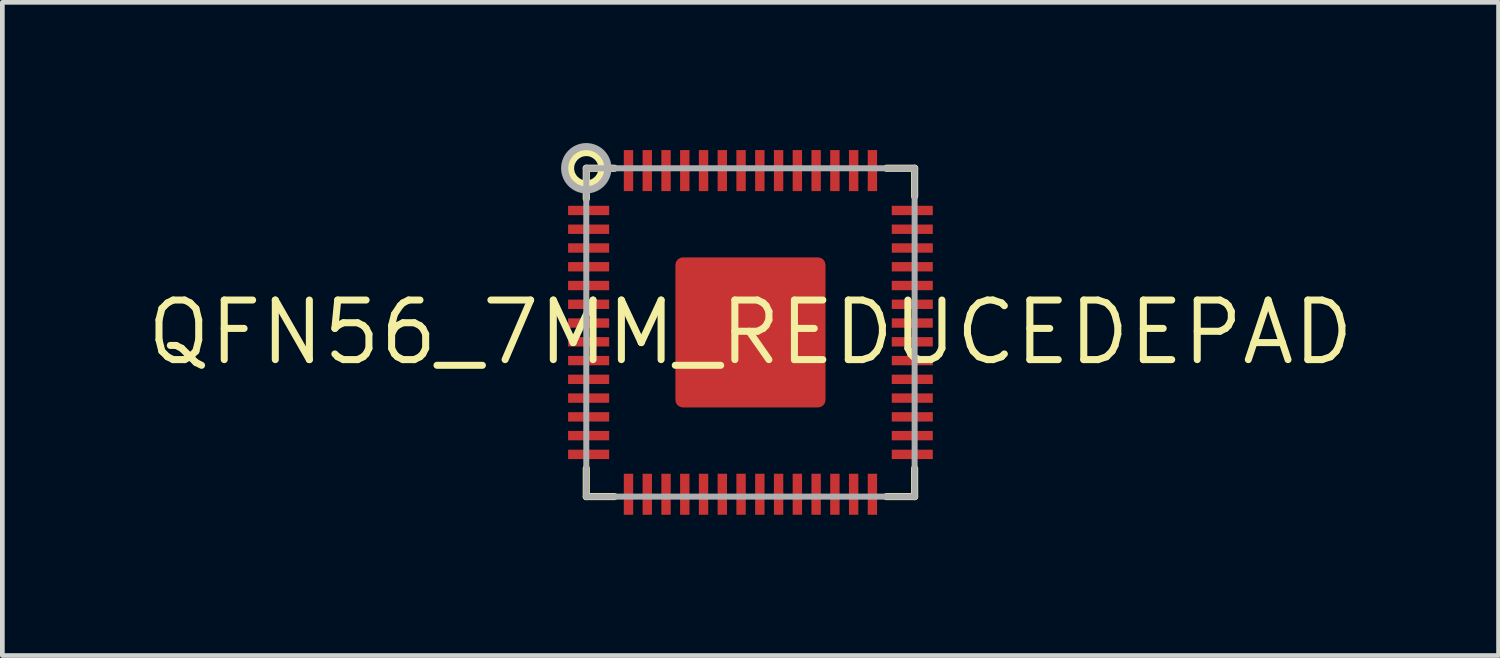
<source format=kicad_pcb>
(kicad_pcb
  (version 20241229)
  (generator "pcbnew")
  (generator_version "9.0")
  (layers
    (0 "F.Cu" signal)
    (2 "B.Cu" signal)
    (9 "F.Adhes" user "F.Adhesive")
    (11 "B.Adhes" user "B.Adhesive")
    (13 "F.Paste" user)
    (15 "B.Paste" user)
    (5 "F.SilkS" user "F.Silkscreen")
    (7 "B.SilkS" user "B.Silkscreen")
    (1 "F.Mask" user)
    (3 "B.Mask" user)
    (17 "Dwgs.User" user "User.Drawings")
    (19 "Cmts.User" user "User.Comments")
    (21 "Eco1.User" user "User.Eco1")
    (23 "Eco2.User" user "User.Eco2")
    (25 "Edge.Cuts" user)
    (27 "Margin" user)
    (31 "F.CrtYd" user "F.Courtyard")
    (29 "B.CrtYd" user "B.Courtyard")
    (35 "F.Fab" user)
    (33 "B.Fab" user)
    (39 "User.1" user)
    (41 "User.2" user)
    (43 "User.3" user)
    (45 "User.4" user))
  (footprint "QFN56_7MM_REDUCEDEPAD"
    (layer "F.Cu")
    (at 12.949 4.037)
    (property "Reference" "QFN56_7MM_REDUCEDEPAD" (at 0 0 0) (layer "F.SilkS") (effects (font (size 1.27 1.27) (thickness 0.15))))
    (fp_line (start -3.5 -3.5) (end -2.9 -3.5) (stroke (width 0.152) (type solid)) (layer "F.SilkS"))
    (fp_line (start -3.5 -2.85) (end -3.5 -3.5) (stroke (width 0.152) (type solid)) (layer "F.SilkS"))
    (fp_line (start -3.5 2.9) (end -3.5 3.5) (stroke (width 0.152) (type solid)) (layer "F.SilkS"))
    (fp_line (start -3.5 3.5) (end -2.9 3.5) (stroke (width 0.152) (type solid)) (layer "F.SilkS"))
    (fp_line (start 2.9 -3.5) (end 3.5 -3.5) (stroke (width 0.152) (type solid)) (layer "F.SilkS"))
    (fp_line (start 2.9 3.5) (end 3.5 3.5) (stroke (width 0.152) (type solid)) (layer "F.SilkS"))
    (fp_line (start 3.5 -3.5) (end 3.5 -2.9) (stroke (width 0.152) (type solid)) (layer "F.SilkS"))
    (fp_line (start 3.5 3.5) (end 3.5 2.9) (stroke (width 0.152) (type solid)) (layer "F.SilkS"))
    (fp_circle (center -3.5 -3.5) (end -3.165 -3.5) (stroke (width 0.152) (type solid)) (fill no) (layer "F.SilkS"))
    (fp_line (start -3.5 -3.5) (end 3.5 -3.5) (stroke (width 0.127) (type solid)) (layer "F.Fab"))
    (fp_line (start -3.5 3.5) (end -3.5 -3.5) (stroke (width 0.127) (type solid)) (layer "F.Fab"))
    (fp_line (start 3.5 -3.5) (end 3.5 3.5) (stroke (width 0.127) (type solid)) (layer "F.Fab"))
    (fp_line (start 3.5 3.5) (end -3.5 3.5) (stroke (width 0.127) (type solid)) (layer "F.Fab"))
    (fp_circle (center -3.5 -3.5) (end -3.039 -3.5) (stroke (width 0.152) (type solid)) (fill no) (layer "F.Fab"))
    (pad "1" smd rect (at -3.45 -2.6 180) (size 0.875 0.2) (layers "F.Cu" "F.Mask" "F.Paste"))
    (pad "2" smd rect (at -3.45 -2.2 180) (size 0.875 0.2) (layers "F.Cu" "F.Mask" "F.Paste"))
    (pad "3" smd rect (at -3.45 -1.8 180) (size 0.875 0.2) (layers "F.Cu" "F.Mask" "F.Paste"))
    (pad "4" smd rect (at -3.45 -1.4 180) (size 0.875 0.2) (layers "F.Cu" "F.Mask" "F.Paste"))
    (pad "5" smd rect (at -3.45 -1 180) (size 0.875 0.2) (layers "F.Cu" "F.Mask" "F.Paste"))
    (pad "6" smd rect (at -3.45 -0.6 180) (size 0.875 0.2) (layers "F.Cu" "F.Mask" "F.Paste"))
    (pad "7" smd rect (at -3.45 -0.2 180) (size 0.875 0.2) (layers "F.Cu" "F.Mask" "F.Paste"))
    (pad "8" smd rect (at -3.45 0.2 180) (size 0.875 0.2) (layers "F.Cu" "F.Mask" "F.Paste"))
    (pad "9" smd rect (at -3.45 0.6 180) (size 0.875 0.2) (layers "F.Cu" "F.Mask" "F.Paste"))
    (pad "10" smd rect (at -3.45 1 180) (size 0.875 0.2) (layers "F.Cu" "F.Mask" "F.Paste"))
    (pad "11" smd rect (at -3.45 1.4 180) (size 0.875 0.2) (layers "F.Cu" "F.Mask" "F.Paste"))
    (pad "12" smd rect (at -3.45 1.8 180) (size 0.875 0.2) (layers "F.Cu" "F.Mask" "F.Paste"))
    (pad "13" smd rect (at -3.45 2.2 180) (size 0.875 0.2) (layers "F.Cu" "F.Mask" "F.Paste"))
    (pad "14" smd rect (at -3.45 2.6 180) (size 0.875 0.2) (layers "F.Cu" "F.Mask" "F.Paste"))
    (pad "15" smd rect (at -2.6 3.45 270) (size 0.875 0.2) (layers "F.Cu" "F.Mask" "F.Paste"))
    (pad "16" smd rect (at -2.2 3.45 270) (size 0.875 0.2) (layers "F.Cu" "F.Mask" "F.Paste"))
    (pad "17" smd rect (at -1.8 3.45 270) (size 0.875 0.2) (layers "F.Cu" "F.Mask" "F.Paste"))
    (pad "18" smd rect (at -1.4 3.45 270) (size 0.875 0.2) (layers "F.Cu" "F.Mask" "F.Paste"))
    (pad "19" smd rect (at -1 3.45 270) (size 0.875 0.2) (layers "F.Cu" "F.Mask" "F.Paste"))
    (pad "20" smd rect (at -0.6 3.45 270) (size 0.875 0.2) (layers "F.Cu" "F.Mask" "F.Paste"))
    (pad "21" smd rect (at -0.2 3.45 270) (size 0.875 0.2) (layers "F.Cu" "F.Mask" "F.Paste"))
    (pad "22" smd rect (at 0.2 3.45 270) (size 0.875 0.2) (layers "F.Cu" "F.Mask" "F.Paste"))
    (pad "23" smd rect (at 0.6 3.45 270) (size 0.875 0.2) (layers "F.Cu" "F.Mask" "F.Paste"))
    (pad "24" smd rect (at 1 3.45 270) (size 0.875 0.2) (layers "F.Cu" "F.Mask" "F.Paste"))
    (pad "25" smd rect (at 1.4 3.45 270) (size 0.875 0.2) (layers "F.Cu" "F.Mask" "F.Paste"))
    (pad "26" smd rect (at 1.8 3.45 270) (size 0.875 0.2) (layers "F.Cu" "F.Mask" "F.Paste"))
    (pad "27" smd rect (at 2.2 3.45 270) (size 0.875 0.2) (layers "F.Cu" "F.Mask" "F.Paste"))
    (pad "28" smd rect (at 2.6 3.45 270) (size 0.875 0.2) (layers "F.Cu" "F.Mask" "F.Paste"))
    (pad "29" smd rect (at 3.45 2.6) (size 0.875 0.2) (layers "F.Cu" "F.Mask" "F.Paste"))
    (pad "30" smd rect (at 3.45 2.2) (size 0.875 0.2) (layers "F.Cu" "F.Mask" "F.Paste"))
    (pad "31" smd rect (at 3.45 1.8) (size 0.875 0.2) (layers "F.Cu" "F.Mask" "F.Paste"))
    (pad "32" smd rect (at 3.45 1.4) (size 0.875 0.2) (layers "F.Cu" "F.Mask" "F.Paste"))
    (pad "33" smd rect (at 3.45 1) (size 0.875 0.2) (layers "F.Cu" "F.Mask" "F.Paste"))
    (pad "34" smd rect (at 3.45 0.6) (size 0.875 0.2) (layers "F.Cu" "F.Mask" "F.Paste"))
    (pad "35" smd rect (at 3.45 0.2) (size 0.875 0.2) (layers "F.Cu" "F.Mask" "F.Paste"))
    (pad "36" smd rect (at 3.45 -0.2) (size 0.875 0.2) (layers "F.Cu" "F.Mask" "F.Paste"))
    (pad "37" smd rect (at 3.45 -0.6) (size 0.875 0.2) (layers "F.Cu" "F.Mask" "F.Paste"))
    (pad "38" smd rect (at 3.45 -1) (size 0.875 0.2) (layers "F.Cu" "F.Mask" "F.Paste"))
    (pad "39" smd rect (at 3.45 -1.4) (size 0.875 0.2) (layers "F.Cu" "F.Mask" "F.Paste"))
    (pad "40" smd rect (at 3.45 -1.8) (size 0.875 0.2) (layers "F.Cu" "F.Mask" "F.Paste"))
    (pad "41" smd rect (at 3.45 -2.2) (size 0.875 0.2) (layers "F.Cu" "F.Mask" "F.Paste"))
    (pad "42" smd rect (at 3.45 -2.6) (size 0.875 0.2) (layers "F.Cu" "F.Mask" "F.Paste"))
    (pad "43" smd rect (at 2.6 -3.45 90) (size 0.875 0.2) (layers "F.Cu" "F.Mask" "F.Paste"))
    (pad "44" smd rect (at 2.2 -3.45 90) (size 0.875 0.2) (layers "F.Cu" "F.Mask" "F.Paste"))
    (pad "45" smd rect (at 1.8 -3.45 90) (size 0.875 0.2) (layers "F.Cu" "F.Mask" "F.Paste"))
    (pad "46" smd rect (at 1.4 -3.45 90) (size 0.875 0.2) (layers "F.Cu" "F.Mask" "F.Paste"))
    (pad "47" smd rect (at 1 -3.45 90) (size 0.875 0.2) (layers "F.Cu" "F.Mask" "F.Paste"))
    (pad "48" smd rect (at 0.6 -3.45 90) (size 0.875 0.2) (layers "F.Cu" "F.Mask" "F.Paste"))
    (pad "49" smd rect (at 0.2 -3.45 90) (size 0.875 0.2) (layers "F.Cu" "F.Mask" "F.Paste"))
    (pad "50" smd rect (at -0.2 -3.45 90) (size 0.875 0.2) (layers "F.Cu" "F.Mask" "F.Paste"))
    (pad "51" smd rect (at -0.6 -3.45 90) (size 0.875 0.2) (layers "F.Cu" "F.Mask" "F.Paste"))
    (pad "52" smd rect (at -1 -3.45 90) (size 0.875 0.2) (layers "F.Cu" "F.Mask" "F.Paste"))
    (pad "53" smd rect (at -1.4 -3.45 90) (size 0.875 0.2) (layers "F.Cu" "F.Mask" "F.Paste"))
    (pad "54" smd rect (at -1.8 -3.45 90) (size 0.875 0.2) (layers "F.Cu" "F.Mask" "F.Paste"))
    (pad "55" smd rect (at -2.2 -3.45 90) (size 0.875 0.2) (layers "F.Cu" "F.Mask" "F.Paste"))
    (pad "56" smd rect (at -2.6 -3.45 90) (size 0.875 0.2) (layers "F.Cu" "F.Mask" "F.Paste"))
    (pad "P$1" smd roundrect (at 0 0) (size 3.2 3.2) (layers "F.Cu" "F.Mask" "F.Paste") (roundrect_rratio 0.05)))
  (gr_rect
    (start -3 -3)
    (end 28.898 10.925)
    (stroke (width 0.1) (type default))
    (fill no)
    (layer "Edge.Cuts")))
</source>
